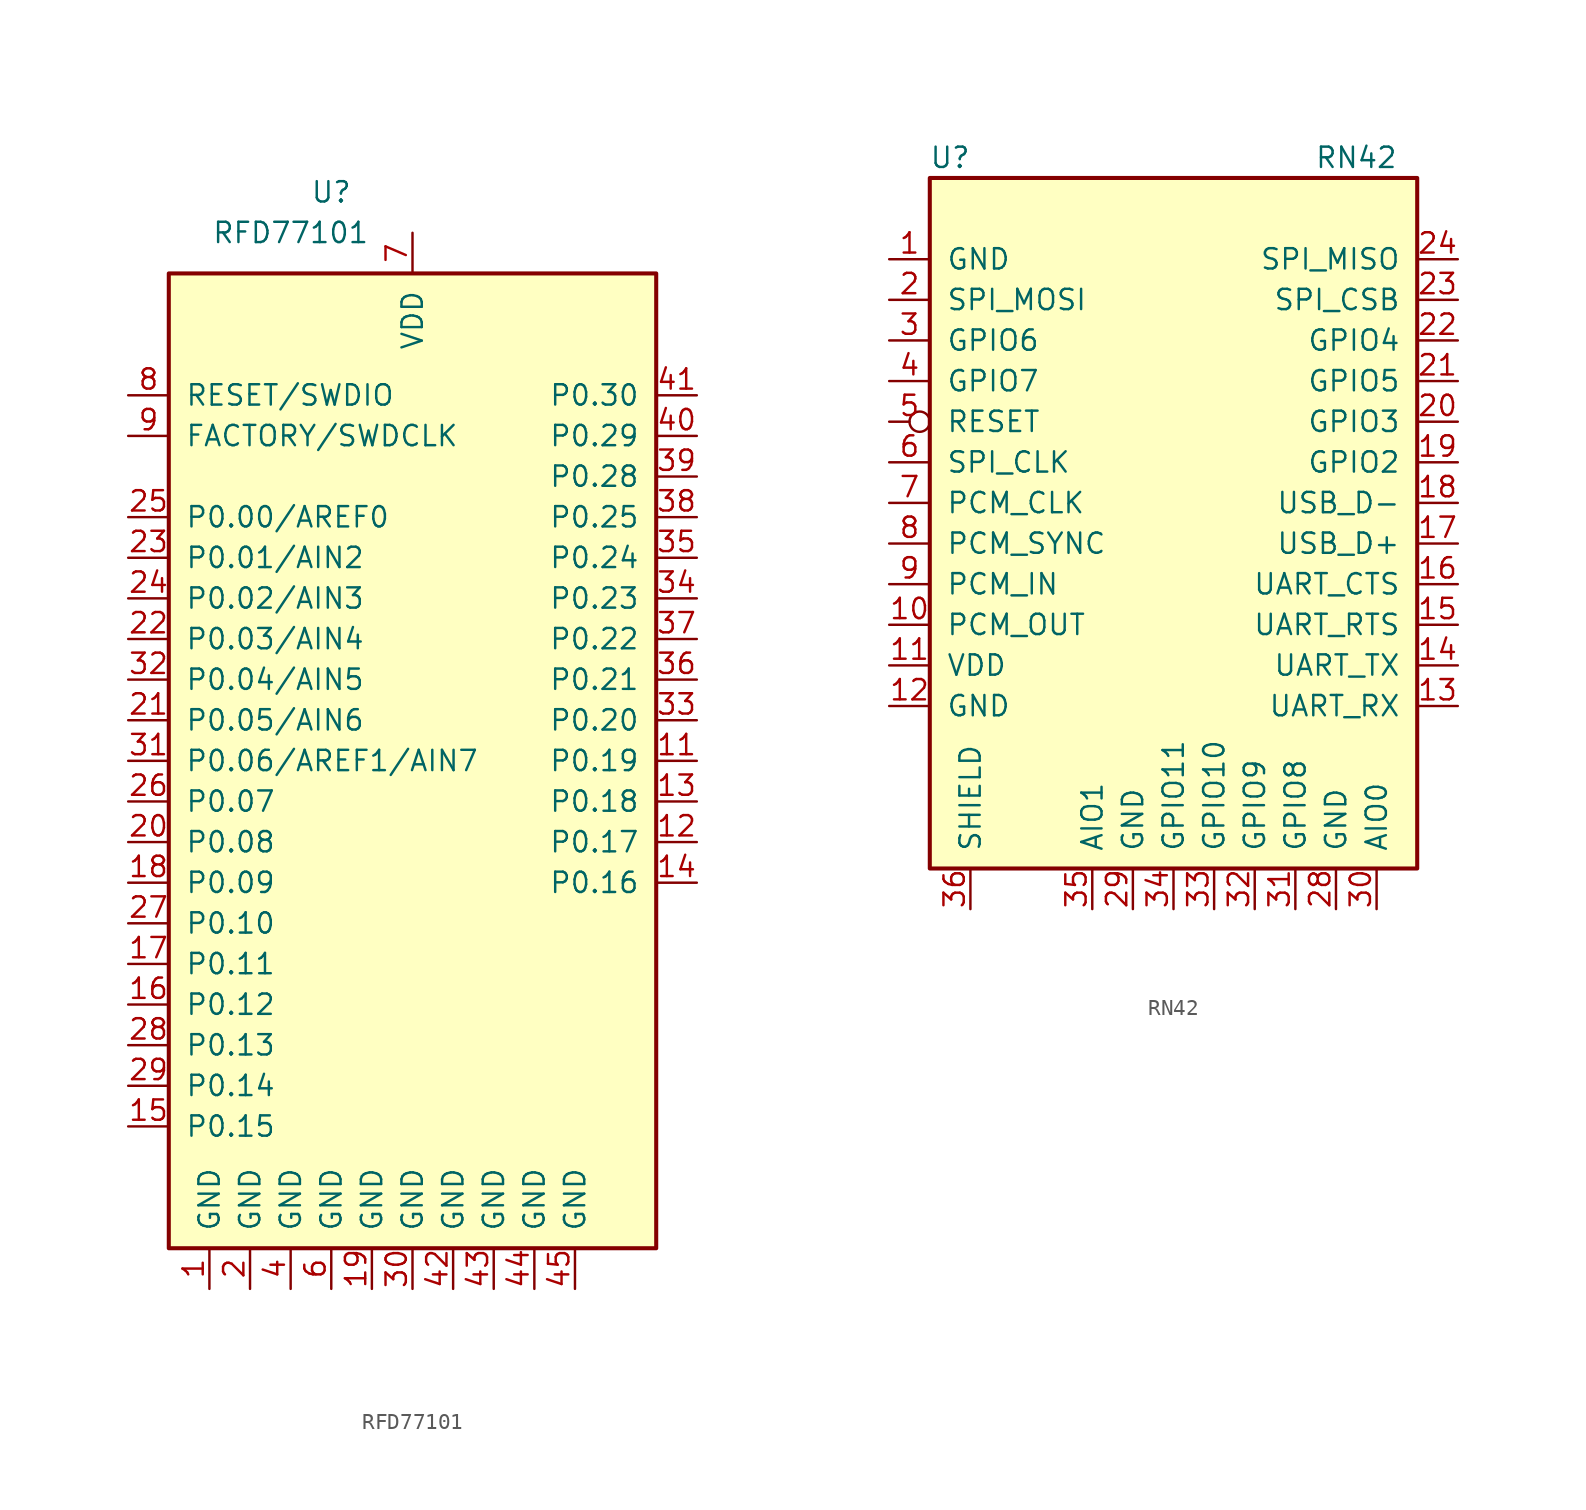
<source format=kicad_sym>
(kicad_symbol_lib
  (version 20231120)
  (generator "kicad_symbol_editor")
  (generator_version "8.0")
  (symbol "RFD77101"
    (pin_names
      (offset 1.016))
    (property "Reference" "U"
      (at -5.08 35.56 0)
      (effects (font (size 1.27 1.27))))
    (property "Value" "RFD77101"
      (at -7.62 33.02 0)
      (effects (font (size 1.27 1.27))))
    (symbol "RFD77101_0_1"
      (rectangle (start -15.24 30.48) (end 15.24 -30.48) (stroke (width 0.254) (type default)) (fill (type background))))
    (symbol "RFD77101_1_1"
      (pin power_in line (at -12.7 -33.02 90) (length 2.54) (name "GND" (effects (font (size 1.27 1.27)))) (number "1" (effects (font (size 1.27 1.27)))))
      (pin no_connect line (at 15.24 -20.32 180) (length 2.54) hide (name "NC" (effects (font (size 1.27 1.27)))) (number "10" (effects (font (size 1.27 1.27)))))
      (pin bidirectional line (at 17.78 0 180) (length 2.54) (name "P0.19" (effects (font (size 1.27 1.27)))) (number "11" (effects (font (size 1.27 1.27)))))
      (pin bidirectional line (at 17.78 -5.08 180) (length 2.54) (name "P0.17" (effects (font (size 1.27 1.27)))) (number "12" (effects (font (size 1.27 1.27)))))
      (pin bidirectional line (at 17.78 -2.54 180) (length 2.54) (name "P0.18" (effects (font (size 1.27 1.27)))) (number "13" (effects (font (size 1.27 1.27)))))
      (pin bidirectional line (at 17.78 -7.62 180) (length 2.54) (name "P0.16" (effects (font (size 1.27 1.27)))) (number "14" (effects (font (size 1.27 1.27)))))
      (pin bidirectional line (at -17.78 -22.86 0) (length 2.54) (name "P0.15" (effects (font (size 1.27 1.27)))) (number "15" (effects (font (size 1.27 1.27)))))
      (pin bidirectional line (at -17.78 -15.24 0) (length 2.54) (name "P0.12" (effects (font (size 1.27 1.27)))) (number "16" (effects (font (size 1.27 1.27)))))
      (pin bidirectional line (at -17.78 -12.7 0) (length 2.54) (name "P0.11" (effects (font (size 1.27 1.27)))) (number "17" (effects (font (size 1.27 1.27)))))
      (pin bidirectional line (at -17.78 -7.62 0) (length 2.54) (name "P0.09" (effects (font (size 1.27 1.27)))) (number "18" (effects (font (size 1.27 1.27)))))
      (pin power_in line (at -2.54 -33.02 90) (length 2.54) (name "GND" (effects (font (size 1.27 1.27)))) (number "19" (effects (font (size 1.27 1.27)))))
      (pin power_in line (at -10.16 -33.02 90) (length 2.54) (name "GND" (effects (font (size 1.27 1.27)))) (number "2" (effects (font (size 1.27 1.27)))))
      (pin bidirectional line (at -17.78 -5.08 0) (length 2.54) (name "P0.08" (effects (font (size 1.27 1.27)))) (number "20" (effects (font (size 1.27 1.27)))))
      (pin bidirectional line (at -17.78 2.54 0) (length 2.54) (name "P0.05/AIN6" (effects (font (size 1.27 1.27)))) (number "21" (effects (font (size 1.27 1.27)))))
      (pin bidirectional line (at -17.78 7.62 0) (length 2.54) (name "P0.03/AIN4" (effects (font (size 1.27 1.27)))) (number "22" (effects (font (size 1.27 1.27)))))
      (pin bidirectional line (at -17.78 12.7 0) (length 2.54) (name "P0.01/AIN2" (effects (font (size 1.27 1.27)))) (number "23" (effects (font (size 1.27 1.27)))))
      (pin bidirectional line (at -17.78 10.16 0) (length 2.54) (name "P0.02/AIN3" (effects (font (size 1.27 1.27)))) (number "24" (effects (font (size 1.27 1.27)))))
      (pin bidirectional line (at -17.78 15.24 0) (length 2.54) (name "P0.00/AREF0" (effects (font (size 1.27 1.27)))) (number "25" (effects (font (size 1.27 1.27)))))
      (pin bidirectional line (at -17.78 -2.54 0) (length 2.54) (name "P0.07" (effects (font (size 1.27 1.27)))) (number "26" (effects (font (size 1.27 1.27)))))
      (pin bidirectional line (at -17.78 -10.16 0) (length 2.54) (name "P0.10" (effects (font (size 1.27 1.27)))) (number "27" (effects (font (size 1.27 1.27)))))
      (pin bidirectional line (at -17.78 -17.78 0) (length 2.54) (name "P0.13" (effects (font (size 1.27 1.27)))) (number "28" (effects (font (size 1.27 1.27)))))
      (pin bidirectional line (at -17.78 -20.32 0) (length 2.54) (name "P0.14" (effects (font (size 1.27 1.27)))) (number "29" (effects (font (size 1.27 1.27)))))
      (pin no_connect line (at 15.24 -15.24 180) (length 2.54) hide (name "NC" (effects (font (size 1.27 1.27)))) (number "3" (effects (font (size 1.27 1.27)))))
      (pin power_in line (at 0 -33.02 90) (length 2.54) (name "GND" (effects (font (size 1.27 1.27)))) (number "30" (effects (font (size 1.27 1.27)))))
      (pin bidirectional line (at -17.78 0 0) (length 2.54) (name "P0.06/AREF1/AIN7" (effects (font (size 1.27 1.27)))) (number "31" (effects (font (size 1.27 1.27)))))
      (pin bidirectional line (at -17.78 5.08 0) (length 2.54) (name "P0.04/AIN5" (effects (font (size 1.27 1.27)))) (number "32" (effects (font (size 1.27 1.27)))))
      (pin bidirectional line (at 17.78 2.54 180) (length 2.54) (name "P0.20" (effects (font (size 1.27 1.27)))) (number "33" (effects (font (size 1.27 1.27)))))
      (pin bidirectional line (at 17.78 10.16 180) (length 2.54) (name "P0.23" (effects (font (size 1.27 1.27)))) (number "34" (effects (font (size 1.27 1.27)))))
      (pin bidirectional line (at 17.78 12.7 180) (length 2.54) (name "P0.24" (effects (font (size 1.27 1.27)))) (number "35" (effects (font (size 1.27 1.27)))))
      (pin bidirectional line (at 17.78 5.08 180) (length 2.54) (name "P0.21" (effects (font (size 1.27 1.27)))) (number "36" (effects (font (size 1.27 1.27)))))
      (pin bidirectional line (at 17.78 7.62 180) (length 2.54) (name "P0.22" (effects (font (size 1.27 1.27)))) (number "37" (effects (font (size 1.27 1.27)))))
      (pin bidirectional line (at 17.78 15.24 180) (length 2.54) (name "P0.25" (effects (font (size 1.27 1.27)))) (number "38" (effects (font (size 1.27 1.27)))))
      (pin bidirectional line (at 17.78 17.78 180) (length 2.54) (name "P0.28" (effects (font (size 1.27 1.27)))) (number "39" (effects (font (size 1.27 1.27)))))
      (pin power_in line (at -7.62 -33.02 90) (length 2.54) (name "GND" (effects (font (size 1.27 1.27)))) (number "4" (effects (font (size 1.27 1.27)))))
      (pin bidirectional line (at 17.78 20.32 180) (length 2.54) (name "P0.29" (effects (font (size 1.27 1.27)))) (number "40" (effects (font (size 1.27 1.27)))))
      (pin bidirectional line (at 17.78 22.86 180) (length 2.54) (name "P0.30" (effects (font (size 1.27 1.27)))) (number "41" (effects (font (size 1.27 1.27)))))
      (pin power_in line (at 2.54 -33.02 90) (length 2.54) (name "GND" (effects (font (size 1.27 1.27)))) (number "42" (effects (font (size 1.27 1.27)))))
      (pin power_in line (at 5.08 -33.02 90) (length 2.54) (name "GND" (effects (font (size 1.27 1.27)))) (number "43" (effects (font (size 1.27 1.27)))))
      (pin power_in line (at 7.62 -33.02 90) (length 2.54) (name "GND" (effects (font (size 1.27 1.27)))) (number "44" (effects (font (size 1.27 1.27)))))
      (pin power_in line (at 10.16 -33.02 90) (length 2.54) (name "GND" (effects (font (size 1.27 1.27)))) (number "45" (effects (font (size 1.27 1.27)))))
      (pin no_connect line (at 15.24 -17.78 180) (length 2.54) hide (name "NC" (effects (font (size 1.27 1.27)))) (number "5" (effects (font (size 1.27 1.27)))))
      (pin power_in line (at -5.08 -33.02 90) (length 2.54) (name "GND" (effects (font (size 1.27 1.27)))) (number "6" (effects (font (size 1.27 1.27)))))
      (pin power_in line (at 0 33.02 270) (length 2.54) (name "VDD" (effects (font (size 1.27 1.27)))) (number "7" (effects (font (size 1.27 1.27)))))
      (pin bidirectional line (at -17.78 22.86 0) (length 2.54) (name "RESET/SWDIO" (effects (font (size 1.27 1.27)))) (number "8" (effects (font (size 1.27 1.27)))))
      (pin input line (at -17.78 20.32 0) (length 2.54) (name "FACTORY/SWDCLK" (effects (font (size 1.27 1.27)))) (number "9" (effects (font (size 1.27 1.27)))))))
  (symbol "RN42"
    (pin_names
      (offset 1.016))
    (property "Reference" "U"
      (at -13.97 24.13 0)
      (effects (font (size 1.27 1.27))))
    (property "Value" "RN42"
      (at 11.43 24.13 0)
      (effects (font (size 1.27 1.27))))
    (symbol "RN42_0_1"
      (rectangle (start -15.24 22.86) (end 15.24 -20.32) (stroke (width 0.254) (type default)) (fill (type background))))
    (symbol "RN42_1_1"
      (pin power_in line (at -17.78 17.78 0) (length 2.54) (name "GND" (effects (font (size 1.27 1.27)))) (number "1" (effects (font (size 1.27 1.27)))))
      (pin output line (at -17.78 -5.08 0) (length 2.54) (name "PCM_OUT" (effects (font (size 1.27 1.27)))) (number "10" (effects (font (size 1.27 1.27)))))
      (pin power_in line (at -17.78 -7.62 0) (length 2.54) (name "VDD" (effects (font (size 1.27 1.27)))) (number "11" (effects (font (size 1.27 1.27)))))
      (pin power_in line (at -17.78 -10.16 0) (length 2.54) (name "GND" (effects (font (size 1.27 1.27)))) (number "12" (effects (font (size 1.27 1.27)))))
      (pin input line (at 17.78 -10.16 180) (length 2.54) (name "UART_RX" (effects (font (size 1.27 1.27)))) (number "13" (effects (font (size 1.27 1.27)))))
      (pin output line (at 17.78 -7.62 180) (length 2.54) (name "UART_TX" (effects (font (size 1.27 1.27)))) (number "14" (effects (font (size 1.27 1.27)))))
      (pin output line (at 17.78 -5.08 180) (length 2.54) (name "UART_RTS" (effects (font (size 1.27 1.27)))) (number "15" (effects (font (size 1.27 1.27)))))
      (pin input line (at 17.78 -2.54 180) (length 2.54) (name "UART_CTS" (effects (font (size 1.27 1.27)))) (number "16" (effects (font (size 1.27 1.27)))))
      (pin bidirectional line (at 17.78 0 180) (length 2.54) (name "USB_D+" (effects (font (size 1.27 1.27)))) (number "17" (effects (font (size 1.27 1.27)))))
      (pin bidirectional line (at 17.78 2.54 180) (length 2.54) (name "USB_D-" (effects (font (size 1.27 1.27)))) (number "18" (effects (font (size 1.27 1.27)))))
      (pin bidirectional line (at 17.78 5.08 180) (length 2.54) (name "GPIO2" (effects (font (size 1.27 1.27)))) (number "19" (effects (font (size 1.27 1.27)))))
      (pin input line (at -17.78 15.24 0) (length 2.54) (name "SPI_MOSI" (effects (font (size 1.27 1.27)))) (number "2" (effects (font (size 1.27 1.27)))))
      (pin input line (at 17.78 7.62 180) (length 2.54) (name "GPIO3" (effects (font (size 1.27 1.27)))) (number "20" (effects (font (size 1.27 1.27)))))
      (pin bidirectional line (at 17.78 10.16 180) (length 2.54) (name "GPIO5" (effects (font (size 1.27 1.27)))) (number "21" (effects (font (size 1.27 1.27)))))
      (pin bidirectional line (at 17.78 12.7 180) (length 2.54) (name "GPIO4" (effects (font (size 1.27 1.27)))) (number "22" (effects (font (size 1.27 1.27)))))
      (pin input line (at 17.78 15.24 180) (length 2.54) (name "SPI_CSB" (effects (font (size 1.27 1.27)))) (number "23" (effects (font (size 1.27 1.27)))))
      (pin output line (at 17.78 17.78 180) (length 2.54) (name "SPI_MISO" (effects (font (size 1.27 1.27)))) (number "24" (effects (font (size 1.27 1.27)))))
      (pin power_in line (at 10.16 -22.86 90) (length 2.54) (name "GND" (effects (font (size 1.27 1.27)))) (number "28" (effects (font (size 1.27 1.27)))))
      (pin power_in line (at -2.54 -22.86 90) (length 2.54) (name "GND" (effects (font (size 1.27 1.27)))) (number "29" (effects (font (size 1.27 1.27)))))
      (pin input line (at -17.78 12.7 0) (length 2.54) (name "GPIO6" (effects (font (size 1.27 1.27)))) (number "3" (effects (font (size 1.27 1.27)))))
      (pin input line (at 12.7 -22.86 90) (length 2.54) (name "AIO0" (effects (font (size 1.27 1.27)))) (number "30" (effects (font (size 1.27 1.27)))))
      (pin output line (at 7.62 -22.86 90) (length 2.54) (name "GPIO8" (effects (font (size 1.27 1.27)))) (number "31" (effects (font (size 1.27 1.27)))))
      (pin bidirectional line (at 5.08 -22.86 90) (length 2.54) (name "GPIO9" (effects (font (size 1.27 1.27)))) (number "32" (effects (font (size 1.27 1.27)))))
      (pin bidirectional line (at 2.54 -22.86 90) (length 2.54) (name "GPIO10" (effects (font (size 1.27 1.27)))) (number "33" (effects (font (size 1.27 1.27)))))
      (pin bidirectional line (at 0 -22.86 90) (length 2.54) (name "GPIO11" (effects (font (size 1.27 1.27)))) (number "34" (effects (font (size 1.27 1.27)))))
      (pin input line (at -5.08 -22.86 90) (length 2.54) (name "AIO1" (effects (font (size 1.27 1.27)))) (number "35" (effects (font (size 1.27 1.27)))))
      (pin input line (at -12.7 -22.86 90) (length 2.54) (name "SHIELD" (effects (font (size 1.27 1.27)))) (number "36" (effects (font (size 1.27 1.27)))))
      (pin bidirectional line (at -17.78 10.16 0) (length 2.54) (name "GPIO7" (effects (font (size 1.27 1.27)))) (number "4" (effects (font (size 1.27 1.27)))))
      (pin input inverted (at -17.78 7.62 0) (length 2.54) (name "RESET" (effects (font (size 1.27 1.27)))) (number "5" (effects (font (size 1.27 1.27)))))
      (pin input line (at -17.78 5.08 0) (length 2.54) (name "SPI_CLK" (effects (font (size 1.27 1.27)))) (number "6" (effects (font (size 1.27 1.27)))))
      (pin bidirectional line (at -17.78 2.54 0) (length 2.54) (name "PCM_CLK" (effects (font (size 1.27 1.27)))) (number "7" (effects (font (size 1.27 1.27)))))
      (pin bidirectional line (at -17.78 0 0) (length 2.54) (name "PCM_SYNC" (effects (font (size 1.27 1.27)))) (number "8" (effects (font (size 1.27 1.27)))))
      (pin input line (at -17.78 -2.54 0) (length 2.54) (name "PCM_IN" (effects (font (size 1.27 1.27)))) (number "9" (effects (font (size 1.27 1.27))))))))
</source>
